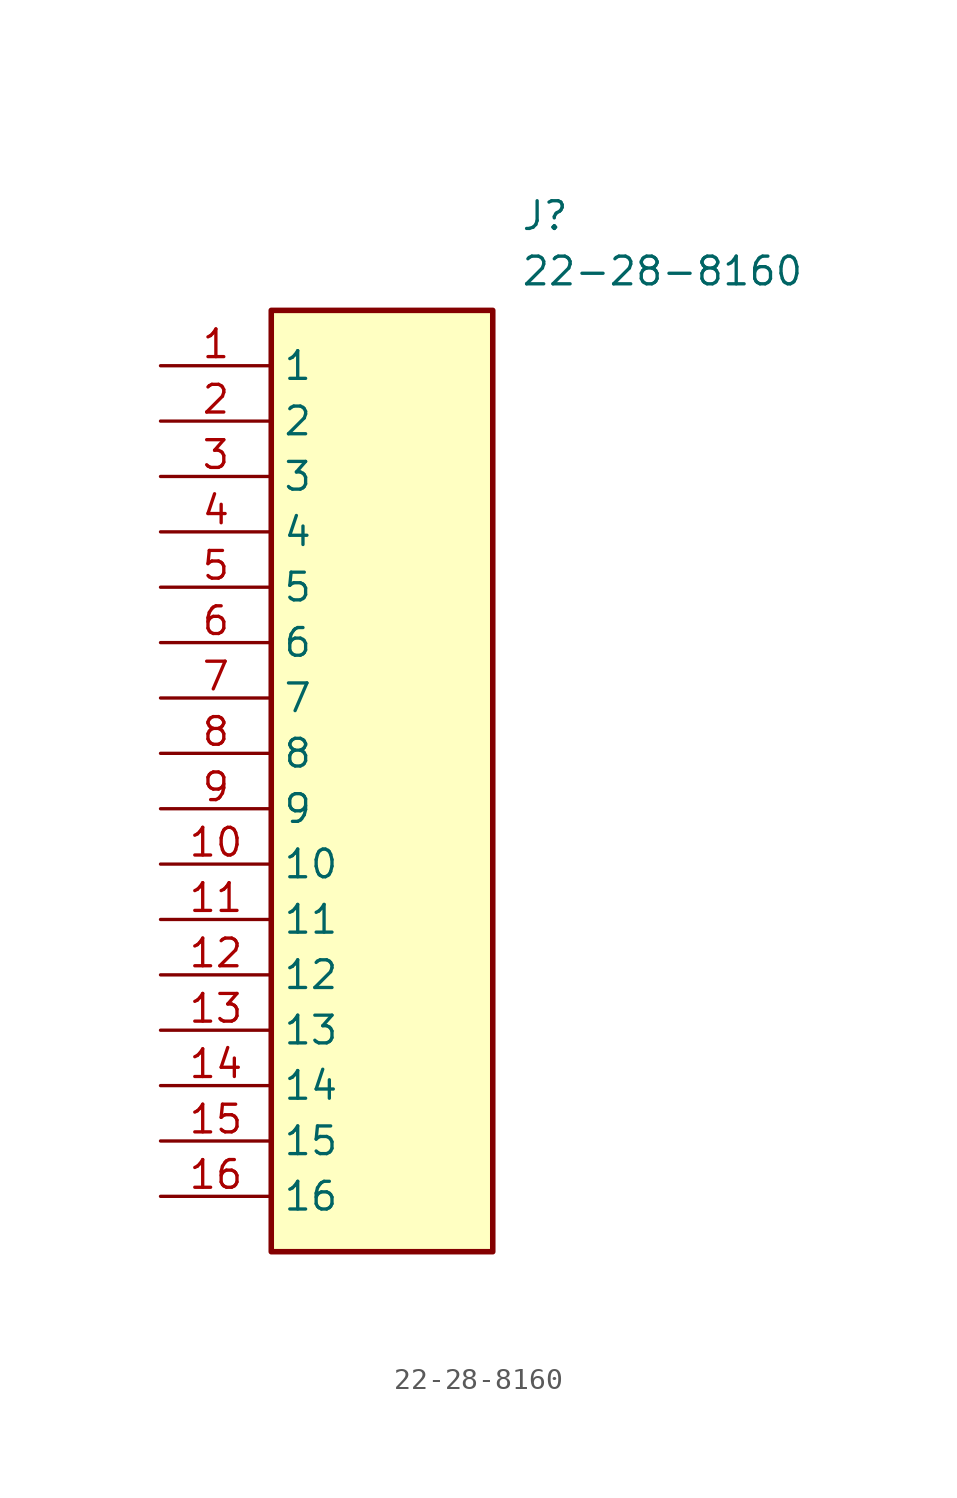
<source format=kicad_sym>
(kicad_symbol_lib
  (version 20211014)
  (generator SamacSys_ECAD_Model)
  (symbol "22-28-8160"
    (property "Reference" "J"
      (at 16.51 7.62 0)
      (effects (font (size 1.27 1.27)) (justify left top)))
    (property "Value" "22-28-8160"
      (at 16.51 5.08 0)
      (effects (font (size 1.27 1.27)) (justify left top)))
    (rectangle
      (start 5.08 2.54)
      (end 15.24 -40.64)
      (stroke (width 0.254) (type default))
      (fill (type background)))
    (pin passive line
      (at 0 0 0)
      (length 5.08)
      (name "1" (effects (font (size 1.27 1.27))))
      (number "1" (effects (font (size 1.27 1.27)))))
    (pin passive line
      (at 0 -2.54 0)
      (length 5.08)
      (name "2" (effects (font (size 1.27 1.27))))
      (number "2" (effects (font (size 1.27 1.27)))))
    (pin passive line
      (at 0 -5.08 0)
      (length 5.08)
      (name "3" (effects (font (size 1.27 1.27))))
      (number "3" (effects (font (size 1.27 1.27)))))
    (pin passive line
      (at 0 -7.62 0)
      (length 5.08)
      (name "4" (effects (font (size 1.27 1.27))))
      (number "4" (effects (font (size 1.27 1.27)))))
    (pin passive line
      (at 0 -10.16 0)
      (length 5.08)
      (name "5" (effects (font (size 1.27 1.27))))
      (number "5" (effects (font (size 1.27 1.27)))))
    (pin passive line
      (at 0 -12.7 0)
      (length 5.08)
      (name "6" (effects (font (size 1.27 1.27))))
      (number "6" (effects (font (size 1.27 1.27)))))
    (pin passive line
      (at 0 -15.24 0)
      (length 5.08)
      (name "7" (effects (font (size 1.27 1.27))))
      (number "7" (effects (font (size 1.27 1.27)))))
    (pin passive line
      (at 0 -17.78 0)
      (length 5.08)
      (name "8" (effects (font (size 1.27 1.27))))
      (number "8" (effects (font (size 1.27 1.27)))))
    (pin passive line
      (at 0 -20.32 0)
      (length 5.08)
      (name "9" (effects (font (size 1.27 1.27))))
      (number "9" (effects (font (size 1.27 1.27)))))
    (pin passive line
      (at 0 -22.86 0)
      (length 5.08)
      (name "10" (effects (font (size 1.27 1.27))))
      (number "10" (effects (font (size 1.27 1.27)))))
    (pin passive line
      (at 0 -25.4 0)
      (length 5.08)
      (name "11" (effects (font (size 1.27 1.27))))
      (number "11" (effects (font (size 1.27 1.27)))))
    (pin passive line
      (at 0 -27.94 0)
      (length 5.08)
      (name "12" (effects (font (size 1.27 1.27))))
      (number "12" (effects (font (size 1.27 1.27)))))
    (pin passive line
      (at 0 -30.48 0)
      (length 5.08)
      (name "13" (effects (font (size 1.27 1.27))))
      (number "13" (effects (font (size 1.27 1.27)))))
    (pin passive line
      (at 0 -33.02 0)
      (length 5.08)
      (name "14" (effects (font (size 1.27 1.27))))
      (number "14" (effects (font (size 1.27 1.27)))))
    (pin passive line
      (at 0 -35.56 0)
      (length 5.08)
      (name "15" (effects (font (size 1.27 1.27))))
      (number "15" (effects (font (size 1.27 1.27)))))
    (pin passive line
      (at 0 -38.1 0)
      (length 5.08)
      (name "16" (effects (font (size 1.27 1.27))))
      (number "16" (effects (font (size 1.27 1.27)))))))
</source>
